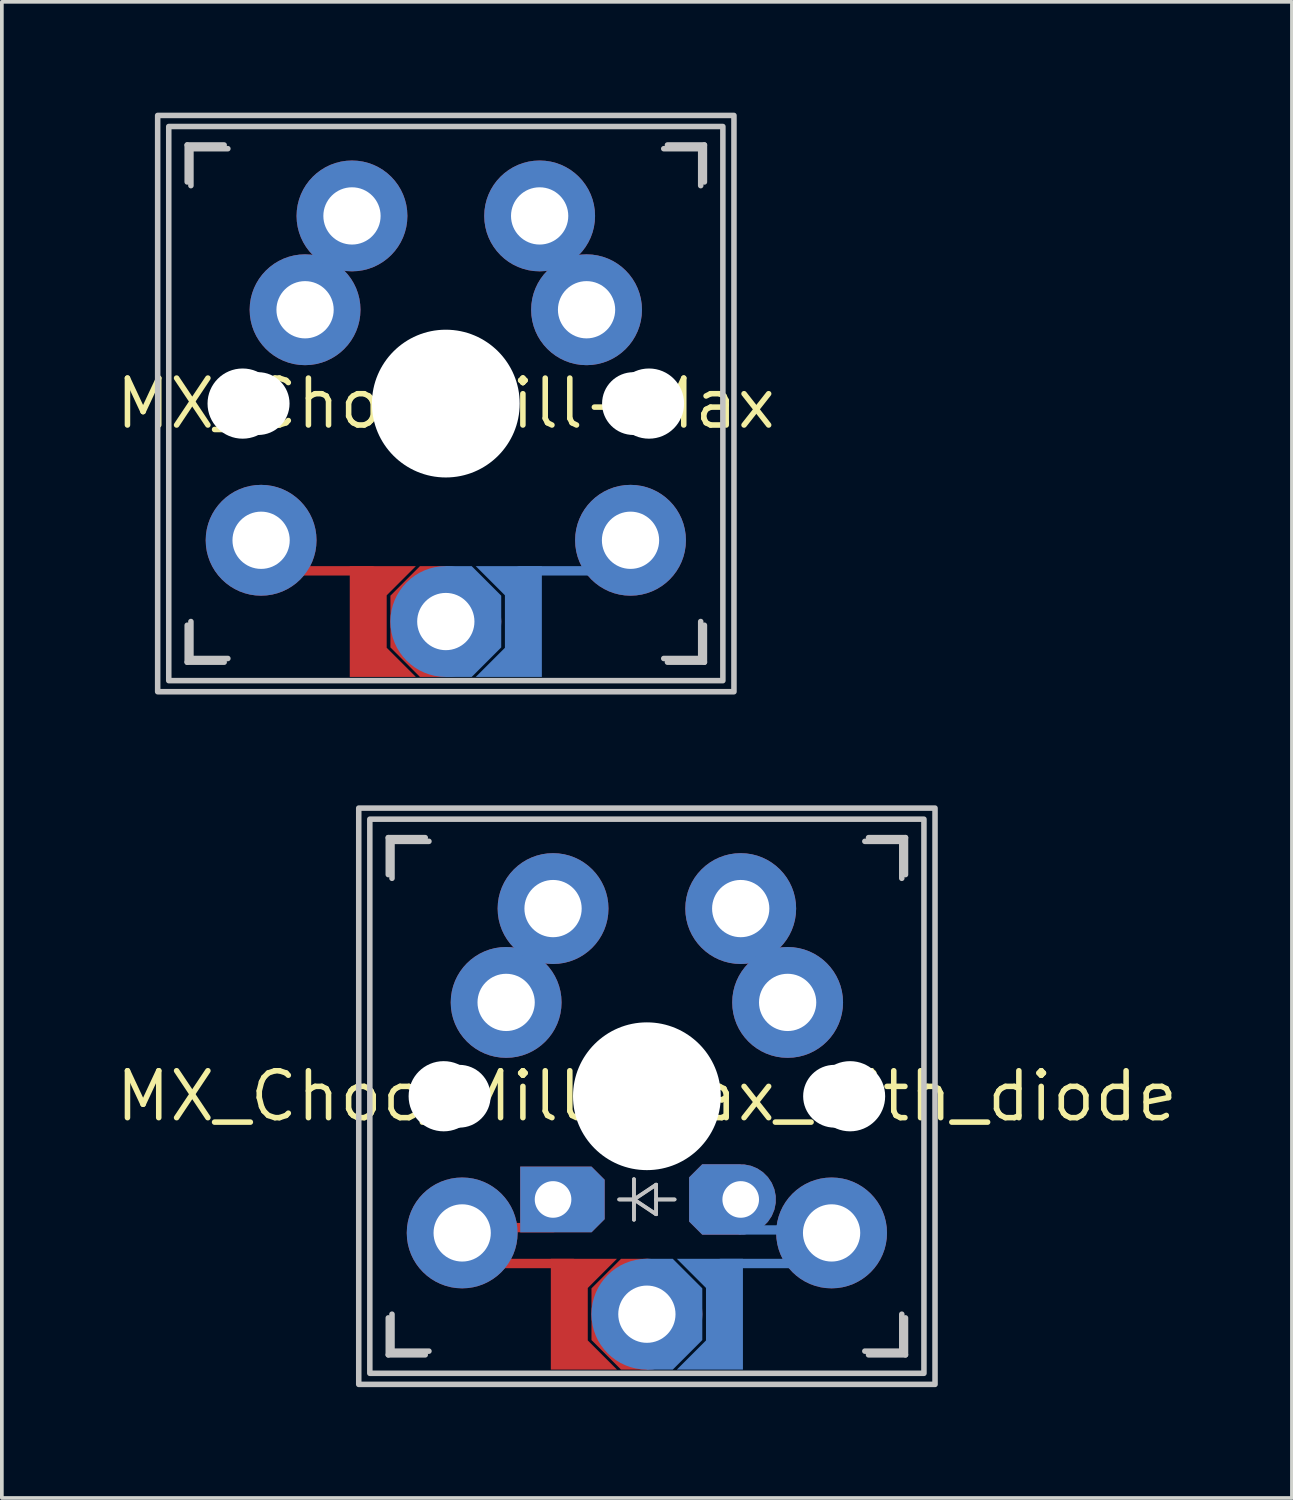
<source format=kicad_pcb>
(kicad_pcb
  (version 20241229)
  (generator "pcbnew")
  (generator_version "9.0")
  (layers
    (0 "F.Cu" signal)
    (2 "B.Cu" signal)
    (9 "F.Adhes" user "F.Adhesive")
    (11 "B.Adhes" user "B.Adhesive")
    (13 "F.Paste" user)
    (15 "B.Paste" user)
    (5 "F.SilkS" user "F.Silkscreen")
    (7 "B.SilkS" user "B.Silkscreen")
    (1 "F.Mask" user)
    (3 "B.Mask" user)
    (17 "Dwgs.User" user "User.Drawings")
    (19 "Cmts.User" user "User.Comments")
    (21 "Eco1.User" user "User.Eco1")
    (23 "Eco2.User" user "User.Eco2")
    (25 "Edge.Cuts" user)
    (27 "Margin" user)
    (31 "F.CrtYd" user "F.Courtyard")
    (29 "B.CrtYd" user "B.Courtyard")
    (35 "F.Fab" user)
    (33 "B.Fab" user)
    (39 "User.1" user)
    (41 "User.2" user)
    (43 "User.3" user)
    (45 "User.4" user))
  (footprint "MX_Choc_Mill-Max_with_diode"
    (layer "F.Cu")
    (at 14.461 26.625)
    (property "Reference" "MX_Choc_Mill-Max_with_diode" (at 0 0 0) (layer "F.SilkS") (effects (font (size 1.27 1.27) (thickness 0.15))))
    (attr through_hole)
    (fp_line (start -5 4.527) (end -2 4.527) (stroke (width 0.254) (type default)) (layer "F.Cu"))
    (fp_line (start -2.54 3.556) (end -5.08 3.556) (stroke (width 0.254) (type default)) (layer "F.Cu"))
    (fp_rect (start -2.6 4.4) (end 0 7.4) (stroke (width 0) (type solid)) (fill yes) (layer "F.Mask"))
    (fp_line (start 2 4.527) (end 5 4.527) (stroke (width 0.254) (type default)) (layer "B.Cu"))
    (fp_line (start 2.54 3.619) (end 5.08 3.619) (stroke (width 0.254) (type default)) (layer "B.Cu"))
    (fp_rect (start 2.6 4.4) (end 0 7.4) (stroke (width 0) (type solid)) (fill yes) (layer "B.Mask"))
    (fp_line (start -7 -6) (end -7 -7) (stroke (width 0.15) (type solid)) (layer "Dwgs.User"))
    (fp_line (start -7 7) (end -7 6) (stroke (width 0.15) (type solid)) (layer "Dwgs.User"))
    (fp_line (start -7 7) (end -6 7) (stroke (width 0.15) (type solid)) (layer "Dwgs.User"))
    (fp_line (start -6.9 -6.9) (end -6.9 -5.9) (stroke (width 0.15) (type solid)) (layer "Dwgs.User"))
    (fp_line (start -6.9 -6.9) (end -5.9 -6.9) (stroke (width 0.15) (type solid)) (layer "Dwgs.User"))
    (fp_line (start -6.9 5.9) (end -6.9 6.9) (stroke (width 0.15) (type solid)) (layer "Dwgs.User"))
    (fp_line (start -6 -7) (end -7 -7) (stroke (width 0.15) (type solid)) (layer "Dwgs.User"))
    (fp_line (start -5.9 6.9) (end -6.9 6.9) (stroke (width 0.15) (type solid)) (layer "Dwgs.User"))
    (fp_line (start -0.75 2.794) (end -0.35 2.794) (stroke (width 0.1) (type solid)) (layer "Dwgs.User"))
    (fp_line (start -0.75 2.794) (end -0.35 2.794) (stroke (width 0.1) (type solid)) (layer "Dwgs.User"))
    (fp_line (start -0.35 2.794) (end -0.35 2.244) (stroke (width 0.1) (type solid)) (layer "Dwgs.User"))
    (fp_line (start -0.35 2.794) (end -0.35 2.244) (stroke (width 0.1) (type solid)) (layer "Dwgs.User"))
    (fp_line (start -0.35 2.794) (end -0.35 3.344) (stroke (width 0.1) (type solid)) (layer "Dwgs.User"))
    (fp_line (start -0.35 2.794) (end -0.35 3.344) (stroke (width 0.1) (type solid)) (layer "Dwgs.User"))
    (fp_line (start -0.35 2.794) (end 0.25 2.394) (stroke (width 0.1) (type solid)) (layer "Dwgs.User"))
    (fp_line (start -0.35 2.794) (end 0.25 2.394) (stroke (width 0.1) (type solid)) (layer "Dwgs.User"))
    (fp_line (start 0.25 2.394) (end 0.25 3.194) (stroke (width 0.1) (type solid)) (layer "Dwgs.User"))
    (fp_line (start 0.25 2.394) (end 0.25 3.194) (stroke (width 0.1) (type solid)) (layer "Dwgs.User"))
    (fp_line (start 0.25 2.794) (end 0.75 2.794) (stroke (width 0.1) (type solid)) (layer "Dwgs.User"))
    (fp_line (start 0.25 2.794) (end 0.75 2.794) (stroke (width 0.1) (type solid)) (layer "Dwgs.User"))
    (fp_line (start 0.25 3.194) (end -0.35 2.794) (stroke (width 0.1) (type solid)) (layer "Dwgs.User"))
    (fp_line (start 0.25 3.194) (end -0.35 2.794) (stroke (width 0.1) (type solid)) (layer "Dwgs.User"))
    (fp_line (start 5.9 -6.9) (end 6.9 -6.9) (stroke (width 0.15) (type solid)) (layer "Dwgs.User"))
    (fp_line (start 6 7) (end 7 7) (stroke (width 0.15) (type solid)) (layer "Dwgs.User"))
    (fp_line (start 6.9 -5.9) (end 6.9 -6.9) (stroke (width 0.15) (type solid)) (layer "Dwgs.User"))
    (fp_line (start 6.9 6.9) (end 5.9 6.9) (stroke (width 0.15) (type solid)) (layer "Dwgs.User"))
    (fp_line (start 6.9 6.9) (end 6.9 5.9) (stroke (width 0.15) (type solid)) (layer "Dwgs.User"))
    (fp_line (start 7 -7) (end 6 -7) (stroke (width 0.15) (type solid)) (layer "Dwgs.User"))
    (fp_line (start 7 -7) (end 7 -6) (stroke (width 0.15) (type solid)) (layer "Dwgs.User"))
    (fp_line (start 7 6) (end 7 7) (stroke (width 0.15) (type solid)) (layer "Dwgs.User"))
    (fp_rect (start -7.8 -7.8) (end 7.8 7.8) (stroke (width 0.15) (type default)) (fill no) (layer "Dwgs.User"))
    (fp_rect (start -7.5 -7.5) (end 7.5 7.5) (stroke (width 0.15) (type default)) (fill no) (layer "Dwgs.User"))
    (fp_circle (center 0 0) (end 1 0) (stroke (width 0.1) (type default)) (fill no) (layer "Dwgs.User"))
    (fp_circle (center 0 0) (end 1 0) (stroke (width 0.1) (type default)) (fill no) (layer "Dwgs.User"))
    (pad "" np_thru_hole circle (at -5.5 0 90) (size 1.9 1.9) (drill 1.9) (layers "*.Cu" "*.Mask"))
    (pad "" np_thru_hole circle (at -5.08 0) (size 1.7 1.7) (drill 1.7) (layers "*.Cu" "*.Mask"))
    (pad "" np_thru_hole circle (at 0 0 90) (size 4 4) (drill 4) (layers "*.Cu" "*.Mask"))
    (pad "" smd custom (at 0 5.9) (size 0.7 3) (drill (offset -0.35 0)) (layers "F.Cu" "F.Mask" "F.Paste") (options (anchor rect)) (primitives (gr_poly (pts (xy -0.35 1.5) (xy -1.15 0.7) (xy -1.15 -0.7) (xy -0.35 -1.5)) (width 0) (fill yes))))
    (pad "" smd custom (at 0 5.9) (size 0.7 3) (drill (offset 0.35 0)) (layers "B.Cu" "B.Mask" "B.Paste") (options (anchor rect)) (primitives (gr_poly (pts (xy 0.35 1.5) (xy 1.15 0.7) (xy 1.15 -0.7) (xy 0.35 -1.5)) (width 0) (fill yes))))
    (pad "" thru_hole circle (at 0 5.9 180) (size 3 3) (drill 1.55) (layers "*.Cu" "*.Paste" "*.Mask"))
    (pad "" np_thru_hole circle (at 5.08 0) (size 1.7 1.7) (drill 1.7) (layers "*.Cu" "*.Mask"))
    (pad "" np_thru_hole circle (at 5.5 0 90) (size 1.9 1.9) (drill 1.9) (layers "*.Cu" "*.Mask"))
    (pad "1" thru_hole circle (at -5 3.7 180) (size 3 3) (drill 1.55) (layers "*.Cu" "B.Mask" "B.Paste"))
    (pad "1" thru_hole circle (at -3.81 -2.54 180) (size 3 3) (drill 1.55) (layers "*.Cu" "B.Mask" "B.Paste"))
    (pad "1" thru_hole circle (at -2.54 -5.08 180) (size 3 3) (drill 1.55) (layers "*.Cu" "F.Mask" "F.Paste"))
    (pad "1" thru_hole roundrect (at -2.54 2.794) (size 2.286 1.778) (drill 0.991 (offset 0.254 0)) (layers "*.Cu" "*.Paste" "*.Mask") (roundrect_rratio 0) (chamfer_ratio 0.2) (chamfer top_right bottom_right))
    (pad "1" smd custom (at 0 5.9) (size 1 3) (drill (offset -2.1 0)) (layers "F.Cu" "F.Mask") (options (anchor rect)) (primitives (gr_poly (pts (xy 1.29 1.5) (xy 0.49 0.7) (xy 0.49 1.5)) (width 0) (fill yes)) (gr_poly (pts (xy 1.29 -1.5) (xy 0.49 -0.7) (xy 0.49 -1.5)) (width 0) (fill yes))))
    (pad "2" smd custom (at 0 5.9) (size 1 3) (drill (offset 2.1 0)) (layers "B.Cu" "B.Mask") (options (anchor rect)) (primitives (gr_poly (pts (xy -1.29 1.5) (xy -0.49 0.7) (xy -0.49 1.5)) (width 0) (fill yes)) (gr_poly (pts (xy -1.29 -1.5) (xy -0.49 -0.7) (xy -0.49 -1.5)) (width 0) (fill yes))))
    (pad "2" thru_hole circle (at 2.54 -5.08 180) (size 3 3) (drill 1.55) (layers "*.Cu" "B.Mask" "B.Paste"))
    (pad "2" thru_hole custom (at 2.54 2.794) (size 1.905 1.905) (drill 0.991) (layers "*.Cu" "*.Paste" "*.Mask") (options (anchor circle)) (primitives (gr_poly (pts (xy 0 0.953) (xy 0 -0.953) (xy -1.041 -0.953) (xy -1.397 -0.597) (xy -1.397 0.597) (xy -1.041 0.953)) (width 0) (fill yes))))
    (pad "2" thru_hole circle (at 3.81 -2.54 180) (size 3 3) (drill 1.55) (layers "*.Cu" "F.Mask" "F.Paste"))
    (pad "2" thru_hole circle (at 5 3.7 180) (size 3 3) (drill 1.55) (layers "*.Cu" "F.Mask" "F.Paste")))
  (footprint "MX_Choc_Mill-Max"
    (layer "F.Cu")
    (at 9.018 7.875)
    (property "Reference" "MX_Choc_Mill-Max" (at 0 0 0) (layer "F.SilkS") (effects (font (size 1.27 1.27) (thickness 0.15))))
    (attr through_hole)
    (fp_line (start -5 4.527) (end -2 4.527) (stroke (width 0.254) (type default)) (layer "F.Cu"))
    (fp_rect (start -2.6 4.4) (end 0 7.4) (stroke (width 0) (type solid)) (fill yes) (layer "F.Mask"))
    (fp_line (start 2 4.527) (end 5 4.527) (stroke (width 0.254) (type default)) (layer "B.Cu"))
    (fp_rect (start 2.6 4.4) (end 0 7.4) (stroke (width 0) (type solid)) (fill yes) (layer "B.Mask"))
    (fp_line (start -7 -6) (end -7 -7) (stroke (width 0.15) (type solid)) (layer "Dwgs.User"))
    (fp_line (start -7 7) (end -7 6) (stroke (width 0.15) (type solid)) (layer "Dwgs.User"))
    (fp_line (start -7 7) (end -6 7) (stroke (width 0.15) (type solid)) (layer "Dwgs.User"))
    (fp_line (start -6.9 -6.9) (end -6.9 -5.9) (stroke (width 0.15) (type solid)) (layer "Dwgs.User"))
    (fp_line (start -6.9 -6.9) (end -5.9 -6.9) (stroke (width 0.15) (type solid)) (layer "Dwgs.User"))
    (fp_line (start -6.9 5.9) (end -6.9 6.9) (stroke (width 0.15) (type solid)) (layer "Dwgs.User"))
    (fp_line (start -6 -7) (end -7 -7) (stroke (width 0.15) (type solid)) (layer "Dwgs.User"))
    (fp_line (start -5.9 6.9) (end -6.9 6.9) (stroke (width 0.15) (type solid)) (layer "Dwgs.User"))
    (fp_line (start 5.9 -6.9) (end 6.9 -6.9) (stroke (width 0.15) (type solid)) (layer "Dwgs.User"))
    (fp_line (start 6 7) (end 7 7) (stroke (width 0.15) (type solid)) (layer "Dwgs.User"))
    (fp_line (start 6.9 -5.9) (end 6.9 -6.9) (stroke (width 0.15) (type solid)) (layer "Dwgs.User"))
    (fp_line (start 6.9 6.9) (end 5.9 6.9) (stroke (width 0.15) (type solid)) (layer "Dwgs.User"))
    (fp_line (start 6.9 6.9) (end 6.9 5.9) (stroke (width 0.15) (type solid)) (layer "Dwgs.User"))
    (fp_line (start 7 -7) (end 6 -7) (stroke (width 0.15) (type solid)) (layer "Dwgs.User"))
    (fp_line (start 7 -7) (end 7 -6) (stroke (width 0.15) (type solid)) (layer "Dwgs.User"))
    (fp_line (start 7 6) (end 7 7) (stroke (width 0.15) (type solid)) (layer "Dwgs.User"))
    (fp_rect (start -7.8 -7.8) (end 7.8 7.8) (stroke (width 0.15) (type default)) (fill no) (layer "Dwgs.User"))
    (fp_rect (start -7.5 -7.5) (end 7.5 7.5) (stroke (width 0.15) (type default)) (fill no) (layer "Dwgs.User"))
    (fp_circle (center 0 0) (end 1 0) (stroke (width 0.1) (type default)) (fill no) (layer "Dwgs.User"))
    (fp_circle (center 0 0) (end 1 0) (stroke (width 0.1) (type default)) (fill no) (layer "Dwgs.User"))
    (pad "" np_thru_hole circle (at -5.5 0 90) (size 1.9 1.9) (drill 1.9) (layers "*.Cu" "*.Mask"))
    (pad "" np_thru_hole circle (at -5.08 0) (size 1.7 1.7) (drill 1.7) (layers "*.Cu" "*.Mask"))
    (pad "" np_thru_hole circle (at 0 0 90) (size 4 4) (drill 4) (layers "*.Cu" "*.Mask"))
    (pad "" smd custom (at 0 5.9) (size 0.7 3) (drill (offset -0.35 0)) (layers "F.Cu" "F.Mask" "F.Paste") (options (anchor rect)) (primitives (gr_poly (pts (xy -0.35 1.5) (xy -1.15 0.7) (xy -1.15 -0.7) (xy -0.35 -1.5)) (width 0) (fill yes))))
    (pad "" smd custom (at 0 5.9) (size 0.7 3) (drill (offset 0.35 0)) (layers "B.Cu" "B.Mask" "B.Paste") (options (anchor rect)) (primitives (gr_poly (pts (xy 0.35 1.5) (xy 1.15 0.7) (xy 1.15 -0.7) (xy 0.35 -1.5)) (width 0) (fill yes))))
    (pad "" thru_hole circle (at 0 5.9 180) (size 3 3) (drill 1.55) (layers "*.Cu" "*.Paste" "*.Mask"))
    (pad "" np_thru_hole circle (at 5.08 0) (size 1.7 1.7) (drill 1.7) (layers "*.Cu" "*.Mask"))
    (pad "" np_thru_hole circle (at 5.5 0 90) (size 1.9 1.9) (drill 1.9) (layers "*.Cu" "*.Mask"))
    (pad "1" thru_hole circle (at -5 3.7 180) (size 3 3) (drill 1.55) (layers "*.Cu" "B.Mask" "B.Paste"))
    (pad "1" thru_hole circle (at -3.81 -2.54 180) (size 3 3) (drill 1.55) (layers "*.Cu" "B.Mask" "B.Paste"))
    (pad "1" thru_hole circle (at -2.54 -5.08 180) (size 3 3) (drill 1.55) (layers "*.Cu" "F.Mask" "F.Paste"))
    (pad "1" smd custom (at 0 5.9) (size 1 3) (drill (offset -2.1 0)) (layers "F.Cu" "F.Mask" "F.Paste") (options (anchor rect)) (primitives (gr_poly (pts (xy 1.29 1.5) (xy 0.49 0.7) (xy 0.49 1.5)) (width 0) (fill yes)) (gr_poly (pts (xy 1.29 -1.5) (xy 0.49 -0.7) (xy 0.49 -1.5)) (width 0) (fill yes))))
    (pad "2" smd custom (at 0 5.9) (size 1 3) (drill (offset 2.1 0)) (layers "B.Cu" "B.Mask" "B.Paste") (options (anchor rect)) (primitives (gr_poly (pts (xy -1.29 1.5) (xy -0.49 0.7) (xy -0.49 1.5)) (width 0) (fill yes)) (gr_poly (pts (xy -1.29 -1.5) (xy -0.49 -0.7) (xy -0.49 -1.5)) (width 0) (fill yes))))
    (pad "2" thru_hole circle (at 2.54 -5.08 180) (size 3 3) (drill 1.55) (layers "*.Cu" "B.Mask" "B.Paste"))
    (pad "2" thru_hole circle (at 3.81 -2.54 180) (size 3 3) (drill 1.55) (layers "*.Cu" "F.Mask" "F.Paste"))
    (pad "2" thru_hole circle (at 5 3.7 180) (size 3 3) (drill 1.55) (layers "*.Cu" "F.Mask" "F.Paste")))
  (gr_rect
    (start -3 -3)
    (end 31.922 37.5)
    (stroke (width 0.1) (type default))
    (fill no)
    (layer "Edge.Cuts")))
</source>
